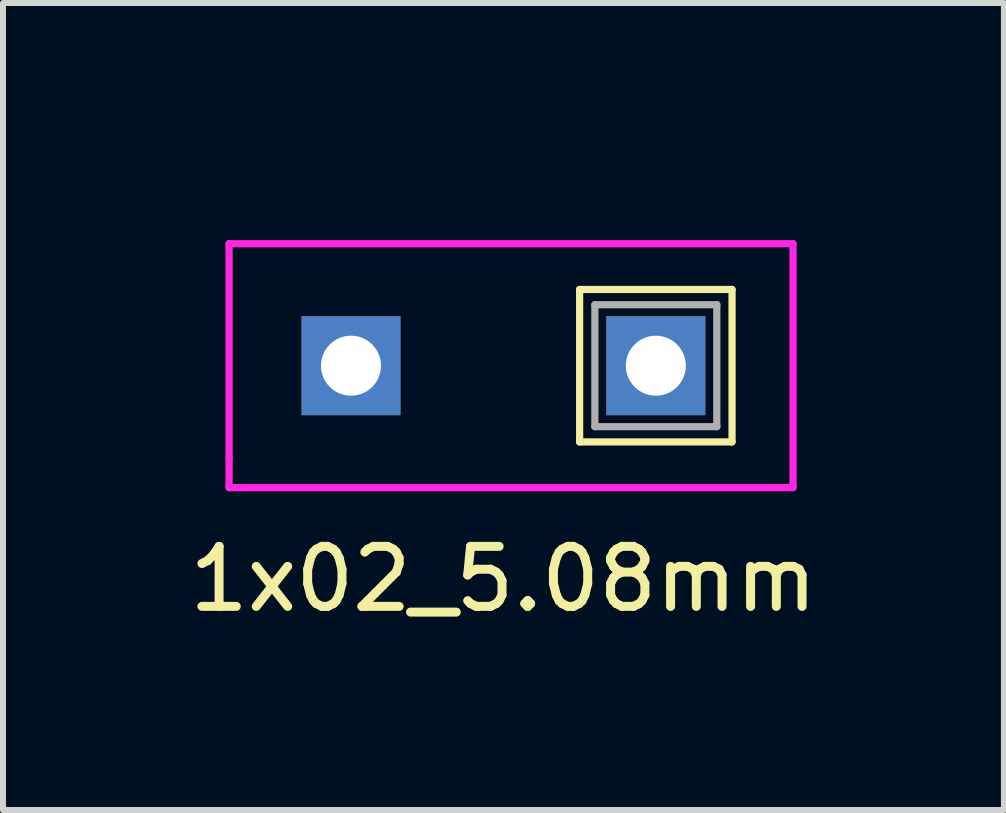
<source format=kicad_pcb>
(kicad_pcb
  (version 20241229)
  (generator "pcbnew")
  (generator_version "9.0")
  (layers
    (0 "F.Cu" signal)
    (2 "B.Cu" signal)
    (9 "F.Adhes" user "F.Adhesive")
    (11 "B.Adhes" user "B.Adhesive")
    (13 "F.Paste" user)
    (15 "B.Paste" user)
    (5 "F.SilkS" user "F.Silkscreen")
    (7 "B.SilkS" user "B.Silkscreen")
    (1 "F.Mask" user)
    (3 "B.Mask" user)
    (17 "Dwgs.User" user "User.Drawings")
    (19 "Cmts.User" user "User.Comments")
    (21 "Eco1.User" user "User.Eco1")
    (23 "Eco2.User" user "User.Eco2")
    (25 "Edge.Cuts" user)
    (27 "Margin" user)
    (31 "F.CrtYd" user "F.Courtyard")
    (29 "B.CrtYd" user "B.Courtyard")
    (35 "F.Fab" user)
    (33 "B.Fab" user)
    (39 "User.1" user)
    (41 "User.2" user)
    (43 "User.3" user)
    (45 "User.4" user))
  (footprint "1x02_5.08mm"
    (layer "F.Cu")
    (at 5.339 0.25)
    (property "Reference" "1x02_5.08mm" (at 0 6.35 0) (layer "F.SilkS") (effects (font (size 1 1) (thickness 0.15))))
    (attr through_hole)
    (fp_line (start 1.27 1.524) (end 1.27 4.064) (stroke (width 0.12) (type solid)) (layer "F.SilkS"))
    (fp_line (start 1.27 4.064) (end 3.81 4.064) (stroke (width 0.12) (type solid)) (layer "F.SilkS"))
    (fp_line (start 3.81 1.524) (end 1.27 1.524) (stroke (width 0.12) (type solid)) (layer "F.SilkS"))
    (fp_line (start 3.81 4.064) (end 3.81 1.524) (stroke (width 0.12) (type solid)) (layer "F.SilkS"))
    (fp_line (start -4.572 0.762) (end -4.572 4.318) (stroke (width 0.12) (type solid)) (layer "F.CrtYd"))
    (fp_line (start -4.572 4.318) (end -4.572 4.826) (stroke (width 0.12) (type solid)) (layer "F.CrtYd"))
    (fp_line (start -4.572 4.826) (end 4.826 4.826) (stroke (width 0.12) (type solid)) (layer "F.CrtYd"))
    (fp_line (start 4.826 0.762) (end -4.572 0.762) (stroke (width 0.12) (type solid)) (layer "F.CrtYd"))
    (fp_line (start 4.826 4.826) (end 4.826 0.762) (stroke (width 0.12) (type solid)) (layer "F.CrtYd"))
    (fp_line (start 1.524 1.778) (end 1.524 3.81) (stroke (width 0.12) (type solid)) (layer "F.Fab"))
    (fp_line (start 1.524 3.81) (end 3.556 3.81) (stroke (width 0.12) (type solid)) (layer "F.Fab"))
    (fp_line (start 3.556 1.778) (end 1.524 1.778) (stroke (width 0.12) (type solid)) (layer "F.Fab"))
    (fp_line (start 3.556 3.81) (end 3.556 1.778) (stroke (width 0.12) (type solid)) (layer "F.Fab"))
    (pad "1" thru_hole rect (at -2.54 2.794) (size 1.65 1.65) (drill 1) (layers "*.Cu" "*.Mask"))
    (pad "2" thru_hole rect (at 2.54 2.794) (size 1.65 1.65) (drill 1) (layers "*.Cu" "*.Mask")))
  (gr_rect
    (start -3 -3)
    (end 13.679 10.448)
    (stroke (width 0.1) (type default))
    (fill no)
    (layer "Edge.Cuts")))
</source>
